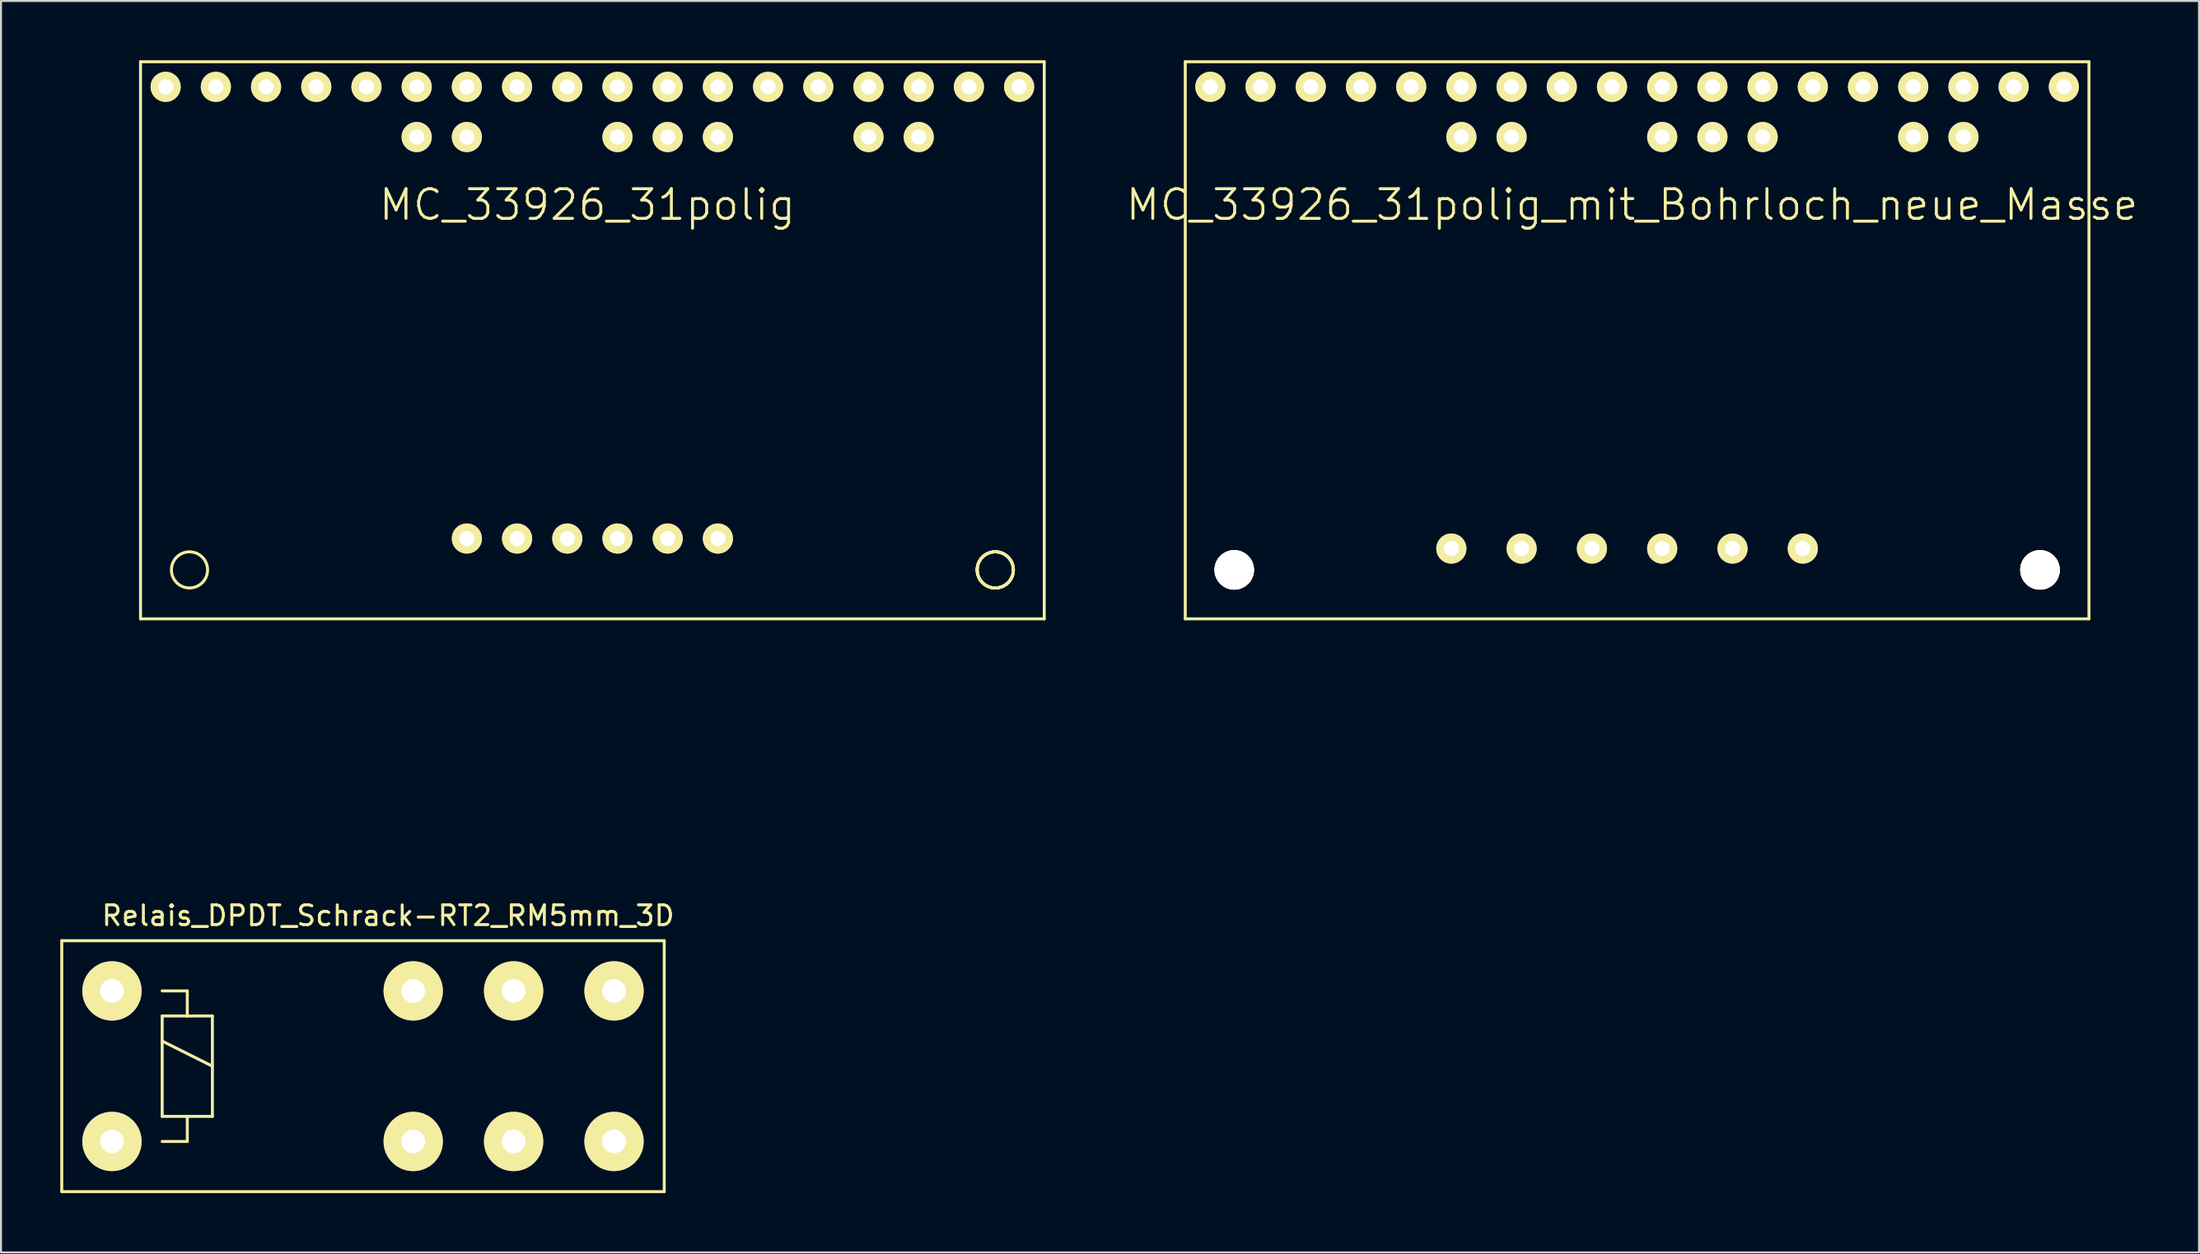
<source format=kicad_pcb>
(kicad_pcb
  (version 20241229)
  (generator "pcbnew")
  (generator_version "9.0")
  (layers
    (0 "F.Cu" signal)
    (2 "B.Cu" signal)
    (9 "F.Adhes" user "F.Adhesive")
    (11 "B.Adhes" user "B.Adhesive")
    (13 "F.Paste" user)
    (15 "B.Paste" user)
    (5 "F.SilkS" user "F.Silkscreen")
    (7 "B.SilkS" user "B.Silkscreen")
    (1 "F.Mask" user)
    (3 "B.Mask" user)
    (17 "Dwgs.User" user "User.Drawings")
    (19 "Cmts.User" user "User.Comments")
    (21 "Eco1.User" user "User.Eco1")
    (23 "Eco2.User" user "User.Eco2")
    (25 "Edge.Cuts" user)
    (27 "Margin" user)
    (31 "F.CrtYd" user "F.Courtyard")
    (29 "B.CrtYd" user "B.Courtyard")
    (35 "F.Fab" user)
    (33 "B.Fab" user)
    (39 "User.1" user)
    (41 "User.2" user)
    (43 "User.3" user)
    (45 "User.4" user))
  (footprint "MC_33926_31polig_mit_Bohrloch_neue_Masse"
    (layer "F.Cu")
    (at 53.105 39.191)
    (property "Reference" "MC_33926_31polig_mit_Bohrloch_neue_Masse" (at 26.416 -31.877 0) (layer "F.SilkS") (effects (font (size 1.5 1.5) (thickness 0.15))))
    (attr through_hole)
    (fp_line (start 3.81 -39.116) (end 49.53 -39.116) (stroke (width 0.15) (type solid)) (layer "F.SilkS"))
    (fp_line (start 3.81 -10.922) (end 3.81 -39.116) (stroke (width 0.15) (type solid)) (layer "F.SilkS"))
    (fp_line (start 49.53 -39.116) (end 49.53 -10.922) (stroke (width 0.15) (type solid)) (layer "F.SilkS"))
    (fp_line (start 49.53 -10.922) (end 3.81 -10.922) (stroke (width 0.15) (type solid)) (layer "F.SilkS"))
    (fp_circle (center 6.287 -13.399) (end 7.048 -13.906) (stroke (width 0.15) (type solid)) (fill no) (layer "F.SilkS"))
    (fp_circle (center 17.78 -35.306) (end 17.907 -35.052) (stroke (width 0.15) (type solid)) (fill no) (layer "F.SilkS"))
    (fp_circle (center 20.32 -35.306) (end 20.447 -35.052) (stroke (width 0.15) (type solid)) (fill no) (layer "F.SilkS"))
    (fp_circle (center 27.94 -35.306) (end 28.067 -35.052) (stroke (width 0.15) (type solid)) (fill no) (layer "F.SilkS"))
    (fp_circle (center 30.48 -35.306) (end 30.607 -35.052) (stroke (width 0.15) (type solid)) (fill no) (layer "F.SilkS"))
    (fp_circle (center 33.02 -35.306) (end 33.147 -35.052) (stroke (width 0.15) (type solid)) (fill no) (layer "F.SilkS"))
    (fp_circle (center 40.64 -35.306) (end 40.767 -35.052) (stroke (width 0.15) (type solid)) (fill no) (layer "F.SilkS"))
    (fp_circle (center 43.18 -35.306) (end 43.434 -35.179) (stroke (width 0.15) (type solid)) (fill no) (layer "F.SilkS"))
    (fp_circle (center 47.053 -13.399) (end 47.816 -13.906) (stroke (width 0.15) (type solid)) (fill no) (layer "F.SilkS"))
    (fp_circle (center 47.053 -13.399) (end 47.816 -13.906) (stroke (width 0.15) (type solid)) (fill no) (layer "F.SilkS"))
    (fp_circle (center 47.053 -13.399) (end 47.816 -13.906) (stroke (width 0.15) (type solid)) (fill no) (layer "F.SilkS"))
    (fp_circle (center 47.053 -13.399) (end 47.816 -13.906) (stroke (width 0.15) (type solid)) (fill no) (layer "F.SilkS"))
    (pad "1" thru_hole circle (at 5.08 -37.846) (size 1.524 1.524) (drill 0.762) (layers "*.Cu" "*.Mask" "F.SilkS"))
    (pad "2" thru_hole circle (at 7.62 -37.846) (size 1.524 1.524) (drill 0.762) (layers "*.Cu" "*.Mask" "F.SilkS"))
    (pad "3" thru_hole circle (at 10.16 -37.846) (size 1.524 1.524) (drill 0.762) (layers "*.Cu" "*.Mask" "F.SilkS"))
    (pad "4" thru_hole circle (at 12.7 -37.846) (size 1.524 1.524) (drill 0.762) (layers "*.Cu" "*.Mask" "F.SilkS"))
    (pad "5" thru_hole circle (at 15.24 -37.846) (size 1.524 1.524) (drill 0.762) (layers "*.Cu" "*.Mask" "F.SilkS"))
    (pad "6" thru_hole circle (at 17.78 -37.846) (size 1.524 1.524) (drill 0.762) (layers "*.Cu" "*.Mask" "F.SilkS"))
    (pad "7" thru_hole circle (at 20.32 -37.846) (size 1.524 1.524) (drill 0.762) (layers "*.Cu" "*.Mask" "F.SilkS"))
    (pad "8" thru_hole circle (at 22.86 -37.846) (size 1.524 1.524) (drill 0.762) (layers "*.Cu" "*.Mask" "F.SilkS"))
    (pad "9" thru_hole circle (at 25.4 -37.846) (size 1.524 1.524) (drill 0.762) (layers "*.Cu" "*.Mask" "F.SilkS"))
    (pad "10" thru_hole circle (at 27.94 -37.846) (size 1.524 1.524) (drill 0.762) (layers "*.Cu" "*.Mask" "F.SilkS"))
    (pad "11" thru_hole circle (at 30.48 -37.846) (size 1.524 1.524) (drill 0.762) (layers "*.Cu" "*.Mask" "F.SilkS"))
    (pad "12" thru_hole circle (at 33.02 -37.846) (size 1.524 1.524) (drill 0.762) (layers "*.Cu" "*.Mask" "F.SilkS"))
    (pad "13" thru_hole circle (at 35.56 -37.846) (size 1.524 1.524) (drill 0.762) (layers "*.Cu" "*.Mask" "F.SilkS"))
    (pad "14" thru_hole circle (at 38.1 -37.846) (size 1.524 1.524) (drill 0.762) (layers "*.Cu" "*.Mask" "F.SilkS"))
    (pad "15" thru_hole circle (at 40.64 -37.846) (size 1.524 1.524) (drill 0.762) (layers "*.Cu" "*.Mask" "F.SilkS"))
    (pad "16" thru_hole circle (at 43.18 -37.846) (size 1.524 1.524) (drill 0.762) (layers "*.Cu" "*.Mask" "F.SilkS"))
    (pad "17" thru_hole circle (at 45.72 -37.846) (size 1.524 1.524) (drill 0.762) (layers "*.Cu" "*.Mask" "F.SilkS"))
    (pad "18" thru_hole circle (at 48.26 -37.846) (size 1.524 1.524) (drill 0.762) (layers "*.Cu" "*.Mask" "F.SilkS"))
    (pad "19" thru_hole circle (at 17.272 -14.478) (size 1.524 1.524) (drill 0.762) (layers "*.Cu" "*.Mask" "F.SilkS"))
    (pad "20" thru_hole circle (at 20.828 -14.478) (size 1.524 1.524) (drill 0.762) (layers "*.Cu" "*.Mask" "F.SilkS"))
    (pad "21" thru_hole circle (at 24.384 -14.478) (size 1.524 1.524) (drill 0.762) (layers "*.Cu" "*.Mask" "F.SilkS"))
    (pad "22" thru_hole circle (at 27.94 -14.478) (size 1.524 1.524) (drill 0.762) (layers "*.Cu" "*.Mask" "F.SilkS"))
    (pad "23" thru_hole circle (at 31.496 -14.478) (size 1.524 1.524) (drill 0.762) (layers "*.Cu" "*.Mask" "F.SilkS"))
    (pad "24" thru_hole circle (at 35.052 -14.478) (size 1.524 1.524) (drill 0.762) (layers "*.Cu" "*.Mask" "F.SilkS"))
    (pad "25" thru_hole circle (at 17.78 -35.306) (size 1.524 1.524) (drill 0.762) (layers "*.Cu" "*.Mask" "F.SilkS"))
    (pad "26" thru_hole circle (at 20.32 -35.306) (size 1.524 1.524) (drill 0.762) (layers "*.Cu" "*.Mask" "F.SilkS"))
    (pad "27" thru_hole circle (at 27.94 -35.306) (size 1.524 1.524) (drill 0.762) (layers "*.Cu" "*.Mask" "F.SilkS"))
    (pad "28" thru_hole circle (at 30.48 -35.306) (size 1.524 1.524) (drill 0.762) (layers "*.Cu" "*.Mask" "F.SilkS"))
    (pad "29" thru_hole circle (at 33.02 -35.306) (size 1.524 1.524) (drill 0.762) (layers "*.Cu" "*.Mask" "F.SilkS"))
    (pad "30" thru_hole circle (at 40.64 -35.306) (size 1.524 1.524) (drill 0.762) (layers "*.Cu" "*.Mask" "F.SilkS"))
    (pad "31" thru_hole circle (at 43.18 -35.306) (size 1.524 1.524) (drill 0.762) (layers "*.Cu" "*.Mask" "F.SilkS"))
    (pad "~" thru_hole circle (at 6.287 -13.399) (size 2 2) (drill 2) (layers "*.Cu" "*.Mask" "F.SilkS"))
    (pad "~" thru_hole circle (at 47.053 -13.399) (size 2 2) (drill 2) (layers "*.Cu" "*.Mask" "F.SilkS")))
  (footprint "Relais_DPDT_Schrack-RT2_RM5mm_3D"
    (layer "F.Cu")
    (at 2.615 54.719)
    (property "Reference" "Relais_DPDT_Schrack-RT2_RM5mm_3D" (at 13.97 -11.43 0) (layer "F.SilkS") (effects (font (size 1 1) (thickness 0.15))))
    (attr through_hole)
    (fp_line (start -2.54 -10.16) (end 27.94 -10.16) (stroke (width 0.15) (type solid)) (layer "F.SilkS"))
    (fp_line (start -2.54 2.54) (end -2.54 -10.16) (stroke (width 0.15) (type solid)) (layer "F.SilkS"))
    (fp_line (start 2.54 -7.62) (end 3.81 -7.62) (stroke (width 0.15) (type solid)) (layer "F.SilkS"))
    (fp_line (start 2.54 -6.35) (end 3.81 -6.35) (stroke (width 0.15) (type solid)) (layer "F.SilkS"))
    (fp_line (start 2.54 -5.08) (end 5.08 -3.81) (stroke (width 0.15) (type solid)) (layer "F.SilkS"))
    (fp_line (start 2.54 -1.27) (end 2.54 -6.35) (stroke (width 0.15) (type solid)) (layer "F.SilkS"))
    (fp_line (start 3.81 -7.62) (end 3.81 -6.35) (stroke (width 0.15) (type solid)) (layer "F.SilkS"))
    (fp_line (start 3.81 -6.35) (end 5.08 -6.35) (stroke (width 0.15) (type solid)) (layer "F.SilkS"))
    (fp_line (start 3.81 -1.27) (end 3.81 0) (stroke (width 0.15) (type solid)) (layer "F.SilkS"))
    (fp_line (start 3.81 0) (end 2.54 0) (stroke (width 0.15) (type solid)) (layer "F.SilkS"))
    (fp_line (start 5.08 -6.35) (end 5.08 -1.27) (stroke (width 0.15) (type solid)) (layer "F.SilkS"))
    (fp_line (start 5.08 -1.27) (end 2.54 -1.27) (stroke (width 0.15) (type solid)) (layer "F.SilkS"))
    (fp_line (start 27.94 -10.16) (end 27.94 2.54) (stroke (width 0.15) (type solid)) (layer "F.SilkS"))
    (fp_line (start 27.94 2.54) (end -2.54 2.54) (stroke (width 0.15) (type solid)) (layer "F.SilkS"))
    (pad "1" thru_hole circle (at 15.24 0) (size 3 3) (drill 1.199) (layers "*.Cu" "*.Mask" "F.SilkS"))
    (pad "3" thru_hole circle (at 25.4 0) (size 3 3) (drill 1.199) (layers "*.Cu" "*.Mask" "F.SilkS"))
    (pad "5" thru_hole circle (at 20.32 0) (size 3 3) (drill 1.199) (layers "*.Cu" "*.Mask" "F.SilkS"))
    (pad "8" thru_hole circle (at 0 -7.62) (size 3 3) (drill 1.199) (layers "*.Cu" "*.Mask" "F.SilkS"))
    (pad "9" thru_hole circle (at 0 0) (size 3 3) (drill 1.199) (layers "*.Cu" "*.Mask" "F.SilkS"))
    (pad "12" thru_hole circle (at 20.32 -7.62) (size 3 3) (drill 1.199) (layers "*.Cu" "*.Mask" "F.SilkS"))
    (pad "14" thru_hole circle (at 25.4 -7.62) (size 3 3) (drill 1.199) (layers "*.Cu" "*.Mask" "F.SilkS"))
    (pad "16" thru_hole circle (at 15.24 -7.62) (size 3 3) (drill 1.199) (layers "*.Cu" "*.Mask" "F.SilkS")))
  (footprint "MC_33926_31polig"
    (layer "F.Cu")
    (at 0.25 39.191)
    (property "Reference" "MC_33926_31polig" (at 26.416 -31.877 0) (layer "F.SilkS") (effects (font (size 1.5 1.5) (thickness 0.15))))
    (attr through_hole)
    (fp_line (start 3.81 -39.116) (end 49.53 -39.116) (stroke (width 0.15) (type solid)) (layer "F.SilkS"))
    (fp_line (start 3.81 -10.922) (end 3.81 -39.116) (stroke (width 0.15) (type solid)) (layer "F.SilkS"))
    (fp_line (start 49.53 -39.116) (end 49.53 -10.922) (stroke (width 0.15) (type solid)) (layer "F.SilkS"))
    (fp_line (start 49.53 -10.922) (end 3.81 -10.922) (stroke (width 0.15) (type solid)) (layer "F.SilkS"))
    (fp_circle (center 6.287 -13.399) (end 7.048 -13.906) (stroke (width 0.15) (type solid)) (fill no) (layer "F.SilkS"))
    (fp_circle (center 17.78 -35.306) (end 17.907 -35.052) (stroke (width 0.15) (type solid)) (fill no) (layer "F.SilkS"))
    (fp_circle (center 20.32 -35.306) (end 20.447 -35.052) (stroke (width 0.15) (type solid)) (fill no) (layer "F.SilkS"))
    (fp_circle (center 27.94 -35.306) (end 28.067 -35.052) (stroke (width 0.15) (type solid)) (fill no) (layer "F.SilkS"))
    (fp_circle (center 30.48 -35.306) (end 30.607 -35.052) (stroke (width 0.15) (type solid)) (fill no) (layer "F.SilkS"))
    (fp_circle (center 33.02 -35.306) (end 33.147 -35.052) (stroke (width 0.15) (type solid)) (fill no) (layer "F.SilkS"))
    (fp_circle (center 40.64 -35.306) (end 40.767 -35.052) (stroke (width 0.15) (type solid)) (fill no) (layer "F.SilkS"))
    (fp_circle (center 43.18 -35.306) (end 43.434 -35.179) (stroke (width 0.15) (type solid)) (fill no) (layer "F.SilkS"))
    (fp_circle (center 47.053 -13.399) (end 47.816 -13.906) (stroke (width 0.15) (type solid)) (fill no) (layer "F.SilkS"))
    (fp_circle (center 47.053 -13.399) (end 47.816 -13.906) (stroke (width 0.15) (type solid)) (fill no) (layer "F.SilkS"))
    (fp_circle (center 47.053 -13.399) (end 47.816 -13.906) (stroke (width 0.15) (type solid)) (fill no) (layer "F.SilkS"))
    (fp_circle (center 47.053 -13.399) (end 47.816 -13.906) (stroke (width 0.15) (type solid)) (fill no) (layer "F.SilkS"))
    (pad "1" thru_hole circle (at 5.08 -37.846) (size 1.524 1.524) (drill 0.762) (layers "*.Cu" "*.Mask" "F.SilkS"))
    (pad "2" thru_hole circle (at 7.62 -37.846) (size 1.524 1.524) (drill 0.762) (layers "*.Cu" "*.Mask" "F.SilkS"))
    (pad "3" thru_hole circle (at 10.16 -37.846) (size 1.524 1.524) (drill 0.762) (layers "*.Cu" "*.Mask" "F.SilkS"))
    (pad "4" thru_hole circle (at 12.7 -37.846) (size 1.524 1.524) (drill 0.762) (layers "*.Cu" "*.Mask" "F.SilkS"))
    (pad "5" thru_hole circle (at 15.24 -37.846) (size 1.524 1.524) (drill 0.762) (layers "*.Cu" "*.Mask" "F.SilkS"))
    (pad "6" thru_hole circle (at 17.78 -37.846) (size 1.524 1.524) (drill 0.762) (layers "*.Cu" "*.Mask" "F.SilkS"))
    (pad "7" thru_hole circle (at 20.32 -37.846) (size 1.524 1.524) (drill 0.762) (layers "*.Cu" "*.Mask" "F.SilkS"))
    (pad "8" thru_hole circle (at 22.86 -37.846) (size 1.524 1.524) (drill 0.762) (layers "*.Cu" "*.Mask" "F.SilkS"))
    (pad "9" thru_hole circle (at 25.4 -37.846) (size 1.524 1.524) (drill 0.762) (layers "*.Cu" "*.Mask" "F.SilkS"))
    (pad "10" thru_hole circle (at 27.94 -37.846) (size 1.524 1.524) (drill 0.762) (layers "*.Cu" "*.Mask" "F.SilkS"))
    (pad "11" thru_hole circle (at 30.48 -37.846) (size 1.524 1.524) (drill 0.762) (layers "*.Cu" "*.Mask" "F.SilkS"))
    (pad "12" thru_hole circle (at 33.02 -37.846) (size 1.524 1.524) (drill 0.762) (layers "*.Cu" "*.Mask" "F.SilkS"))
    (pad "13" thru_hole circle (at 35.56 -37.846) (size 1.524 1.524) (drill 0.762) (layers "*.Cu" "*.Mask" "F.SilkS"))
    (pad "14" thru_hole circle (at 38.1 -37.846) (size 1.524 1.524) (drill 0.762) (layers "*.Cu" "*.Mask" "F.SilkS"))
    (pad "15" thru_hole circle (at 40.64 -37.846) (size 1.524 1.524) (drill 0.762) (layers "*.Cu" "*.Mask" "F.SilkS"))
    (pad "16" thru_hole circle (at 43.18 -37.846) (size 1.524 1.524) (drill 0.762) (layers "*.Cu" "*.Mask" "F.SilkS"))
    (pad "17" thru_hole circle (at 45.72 -37.846) (size 1.524 1.524) (drill 0.762) (layers "*.Cu" "*.Mask" "F.SilkS"))
    (pad "18" thru_hole circle (at 48.26 -37.846) (size 1.524 1.524) (drill 0.762) (layers "*.Cu" "*.Mask" "F.SilkS"))
    (pad "19" thru_hole circle (at 20.32 -14.986) (size 1.524 1.524) (drill 0.762) (layers "*.Cu" "*.Mask" "F.SilkS"))
    (pad "20" thru_hole circle (at 22.86 -14.986) (size 1.524 1.524) (drill 0.762) (layers "*.Cu" "*.Mask" "F.SilkS"))
    (pad "21" thru_hole circle (at 25.4 -14.986) (size 1.524 1.524) (drill 0.762) (layers "*.Cu" "*.Mask" "F.SilkS"))
    (pad "22" thru_hole circle (at 27.94 -14.986) (size 1.524 1.524) (drill 0.762) (layers "*.Cu" "*.Mask" "F.SilkS"))
    (pad "23" thru_hole circle (at 30.48 -14.986) (size 1.524 1.524) (drill 0.762) (layers "*.Cu" "*.Mask" "F.SilkS"))
    (pad "24" thru_hole circle (at 33.02 -14.986) (size 1.524 1.524) (drill 0.762) (layers "*.Cu" "*.Mask" "F.SilkS"))
    (pad "25" thru_hole circle (at 17.78 -35.306) (size 1.524 1.524) (drill 0.762) (layers "*.Cu" "*.Mask" "F.SilkS"))
    (pad "26" thru_hole circle (at 20.32 -35.306) (size 1.524 1.524) (drill 0.762) (layers "*.Cu" "*.Mask" "F.SilkS"))
    (pad "27" thru_hole circle (at 27.94 -35.306) (size 1.524 1.524) (drill 0.762) (layers "*.Cu" "*.Mask" "F.SilkS"))
    (pad "28" thru_hole circle (at 30.48 -35.306) (size 1.524 1.524) (drill 0.762) (layers "*.Cu" "*.Mask" "F.SilkS"))
    (pad "29" thru_hole circle (at 33.02 -35.306) (size 1.524 1.524) (drill 0.762) (layers "*.Cu" "*.Mask" "F.SilkS"))
    (pad "30" thru_hole circle (at 40.64 -35.306) (size 1.524 1.524) (drill 0.762) (layers "*.Cu" "*.Mask" "F.SilkS"))
    (pad "31" thru_hole circle (at 43.18 -35.306) (size 1.524 1.524) (drill 0.762) (layers "*.Cu" "*.Mask" "F.SilkS")))
  (gr_rect
    (start -3 -3)
    (end 108.203 60.334)
    (stroke (width 0.1) (type default))
    (fill no)
    (layer "Edge.Cuts")))
</source>
